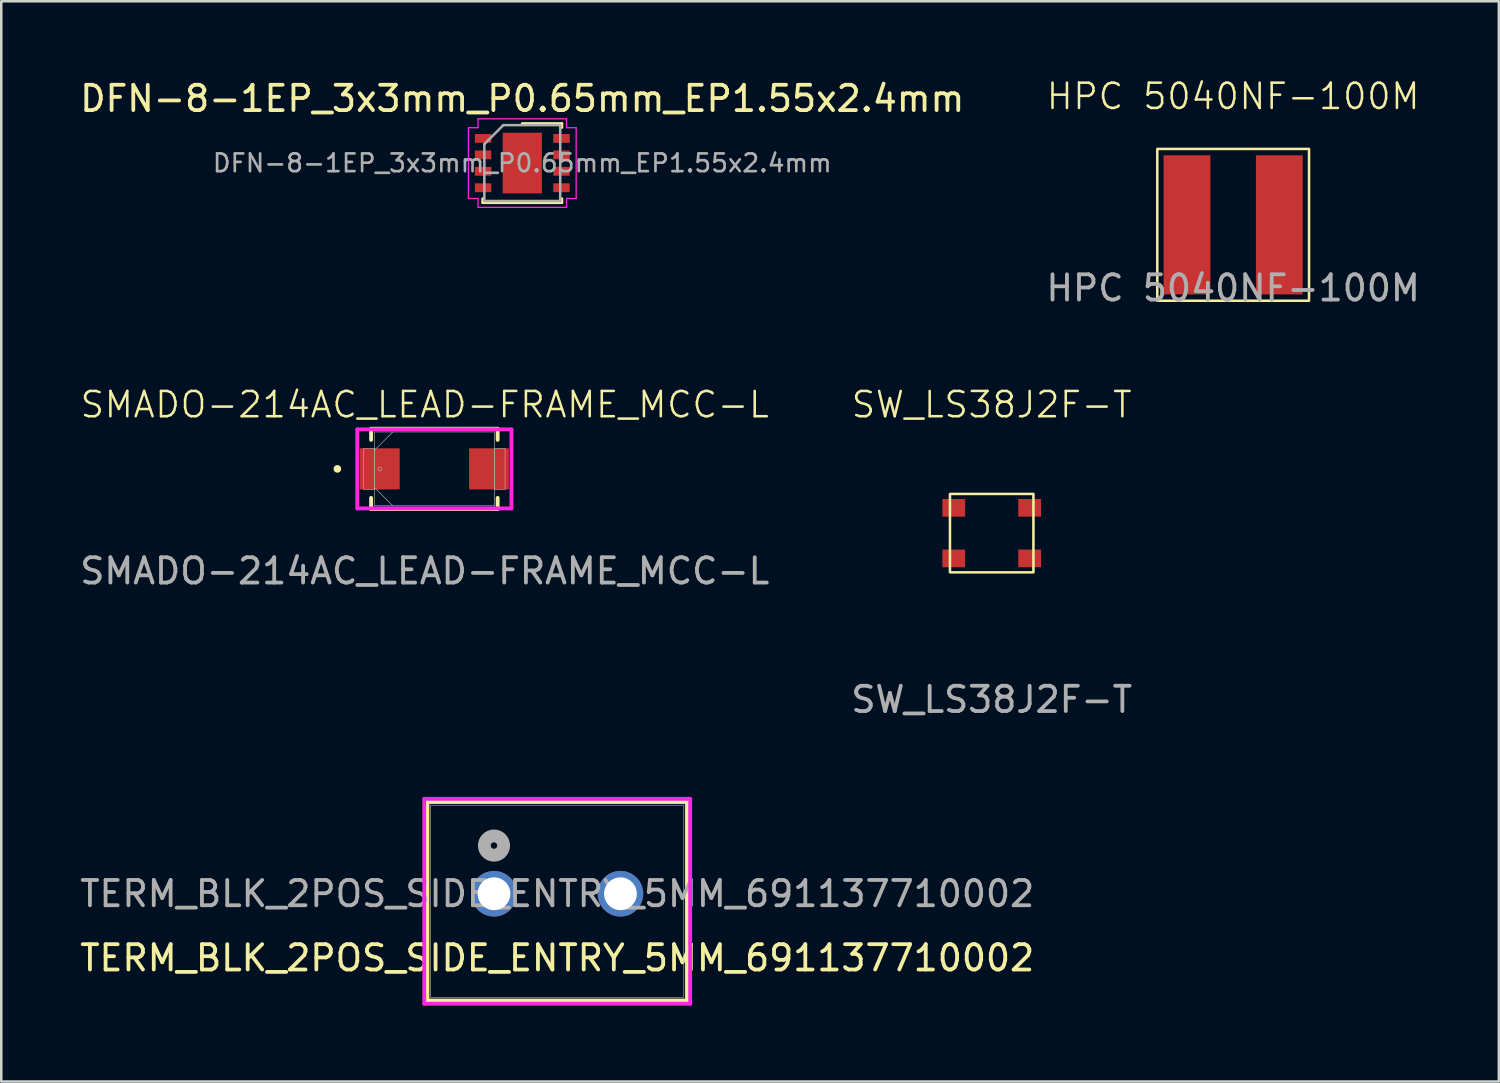
<source format=kicad_pcb>
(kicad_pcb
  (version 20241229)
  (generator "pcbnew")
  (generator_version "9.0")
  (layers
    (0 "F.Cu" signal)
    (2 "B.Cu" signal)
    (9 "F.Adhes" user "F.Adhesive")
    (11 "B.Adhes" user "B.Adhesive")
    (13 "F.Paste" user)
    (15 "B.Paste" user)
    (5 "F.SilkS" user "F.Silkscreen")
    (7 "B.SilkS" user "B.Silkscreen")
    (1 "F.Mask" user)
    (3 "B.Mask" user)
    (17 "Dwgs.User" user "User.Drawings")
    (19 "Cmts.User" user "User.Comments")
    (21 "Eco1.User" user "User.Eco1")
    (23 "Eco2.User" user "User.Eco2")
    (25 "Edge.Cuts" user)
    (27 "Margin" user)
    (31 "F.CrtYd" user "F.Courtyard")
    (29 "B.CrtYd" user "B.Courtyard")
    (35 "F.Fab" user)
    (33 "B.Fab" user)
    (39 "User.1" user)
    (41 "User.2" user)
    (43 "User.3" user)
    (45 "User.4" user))
  (footprint "SMADO-214AC_LEAD-FRAME_MCC-L"
    (layer "F.Cu")
    (at 13.744 15.489)
    (property "Reference" "SMADO-214AC_LEAD-FRAME_MCC-L" (at 0 -2.54 0) (unlocked yes) (layer "F.SilkS") (effects (font (size 1 1) (thickness 0.1))))
    (attr smd)
    (fp_line (start -2.121 -1.587) (end -2.121 -1.146) (stroke (width 0.152) (type solid)) (layer "F.SilkS"))
    (fp_line (start -2.121 1.146) (end -2.121 1.587) (stroke (width 0.152) (type solid)) (layer "F.SilkS"))
    (fp_line (start -2.121 1.587) (end 2.883 1.587) (stroke (width 0.152) (type solid)) (layer "F.SilkS"))
    (fp_line (start 2.883 -1.587) (end -2.121 -1.587) (stroke (width 0.152) (type solid)) (layer "F.SilkS"))
    (fp_line (start 2.883 -1.146) (end 2.883 -1.587) (stroke (width 0.152) (type solid)) (layer "F.SilkS"))
    (fp_line (start 2.883 1.587) (end 2.883 1.146) (stroke (width 0.152) (type solid)) (layer "F.SilkS"))
    (fp_circle (center -3.454 0) (end -3.378 0) (stroke (width 0.152) (type solid)) (fill no) (layer "F.SilkS"))
    (fp_line (start -2.667 -1.562) (end 3.429 -1.562) (stroke (width 0.152) (type solid)) (layer "F.CrtYd"))
    (fp_line (start -2.667 1.562) (end -2.667 -1.562) (stroke (width 0.152) (type solid)) (layer "F.CrtYd"))
    (fp_line (start 3.429 -1.562) (end 3.429 1.562) (stroke (width 0.152) (type solid)) (layer "F.CrtYd"))
    (fp_line (start 3.429 1.562) (end -2.667 1.562) (stroke (width 0.152) (type solid)) (layer "F.CrtYd"))
    (fp_line (start -2.413 -0.813) (end -2.413 0.813) (stroke (width 0.025) (type solid)) (layer "F.Fab"))
    (fp_line (start -2.413 0.813) (end -1.994 0.813) (stroke (width 0.025) (type solid)) (layer "F.Fab"))
    (fp_line (start -1.994 -1.46) (end -1.994 1.46) (stroke (width 0.025) (type solid)) (layer "F.Fab"))
    (fp_line (start -1.994 -0.813) (end -2.413 -0.813) (stroke (width 0.025) (type solid)) (layer "F.Fab"))
    (fp_line (start -1.994 -0.73) (end -1.264 -1.46) (stroke (width 0.025) (type solid)) (layer "F.Fab"))
    (fp_line (start -1.994 0.73) (end -1.264 1.46) (stroke (width 0.025) (type solid)) (layer "F.Fab"))
    (fp_line (start -1.994 0.813) (end -1.994 -0.813) (stroke (width 0.025) (type solid)) (layer "F.Fab"))
    (fp_line (start -1.994 1.46) (end 2.756 1.46) (stroke (width 0.025) (type solid)) (layer "F.Fab"))
    (fp_line (start 2.756 -1.46) (end -1.994 -1.46) (stroke (width 0.025) (type solid)) (layer "F.Fab"))
    (fp_line (start 2.756 -0.813) (end 2.756 0.813) (stroke (width 0.025) (type solid)) (layer "F.Fab"))
    (fp_line (start 2.756 0.813) (end 3.175 0.813) (stroke (width 0.025) (type solid)) (layer "F.Fab"))
    (fp_line (start 2.756 1.46) (end 2.756 -1.46) (stroke (width 0.025) (type solid)) (layer "F.Fab"))
    (fp_line (start 3.175 -0.813) (end 2.756 -0.813) (stroke (width 0.025) (type solid)) (layer "F.Fab"))
    (fp_line (start 3.175 0.813) (end 3.175 -0.813) (stroke (width 0.025) (type solid)) (layer "F.Fab"))
    (fp_circle (center -1.778 0) (end -1.702 0) (stroke (width 0.025) (type solid)) (fill no) (layer "F.Fab"))
    (fp_text user "${REFERENCE}" (at 0 4.04 0) (unlocked yes) (layer "F.Fab") (effects (font (size 1 1) (thickness 0.15))))
    (pad "1" smd rect (at -1.778 0) (size 1.575 1.626) (layers "F.Cu" "F.Mask" "F.Paste"))
    (pad "2" smd rect (at 2.54 0) (size 1.575 1.626) (layers "F.Cu" "F.Mask" "F.Paste"))
    (zone (net_name "") (layer "F.Cu") (hatch full 0.508) (connect_pads) (min_thickness 0.254) (filled_areas_thickness no) (keepout (tracks not_allowed) (vias not_allowed) (pads allowed) (copperpour not_allowed) (footprints allowed)) (placement (enabled no)) (fill) (polygon (pts (xy 12.804 14.08) (xy 15.446 14.08) (xy 15.446 16.899) (xy 12.804 16.899)))))
  (footprint "HPC 5040NF-100M"
    (layer "F.Cu")
    (at 45.708 5.84)
    (property "Reference" "HPC 5040NF-100M" (at 0 -5.08 0) (unlocked yes) (layer "F.SilkS") (effects (font (size 1 1) (thickness 0.1))))
    (attr smd)
    (fp_rect (start -3 -3) (end 3 3) (stroke (width 0.1) (type default)) (fill no) (layer "F.SilkS"))
    (fp_text user "${REFERENCE}" (at 0 2.5 0) (unlocked yes) (layer "F.Fab") (effects (font (size 1 1) (thickness 0.15))))
    (pad "1" smd trapezoid (at -1.825 0) (size 1.85 5.5) (layers "F.Cu" "F.Mask" "F.Paste"))
    (pad "2" smd trapezoid (at 1.825 0) (size 1.85 5.5) (layers "F.Cu" "F.Mask" "F.Paste")))
  (footprint "SW_LS38J2F-T"
    (layer "F.Cu")
    (at 36.161 18.029)
    (property "Reference" "SW_LS38J2F-T" (at 0 -5.08 0) (unlocked yes) (layer "F.SilkS") (effects (font (size 1 1) (thickness 0.1))))
    (attr smd)
    (fp_rect (start -1.65 -1.55) (end 1.65 1.55) (stroke (width 0.1) (type default)) (fill no) (layer "F.SilkS"))
    (fp_text user "${REFERENCE}" (at 0 6.58 0) (unlocked yes) (layer "F.Fab") (effects (font (size 1 1) (thickness 0.15))))
    (pad "1" smd rect (at -1.5 -1) (size 0.9 0.7) (layers "F.Cu" "F.Mask" "F.Paste"))
    (pad "1" smd rect (at 1.5 -1) (size 0.9 0.7) (layers "F.Cu" "F.Mask" "F.Paste"))
    (pad "2" smd rect (at -1.5 1) (size 0.9 0.7) (layers "F.Cu" "F.Mask" "F.Paste"))
    (pad "2" smd rect (at 1.5 1) (size 0.9 0.7) (layers "F.Cu" "F.Mask" "F.Paste")))
  (footprint "DFN-8-1EP_3x3mm_P0.65mm_EP1.55x2.4mm"
    (layer "F.Cu")
    (at 17.601 3.398)
    (property "Reference" "DFN-8-1EP_3x3mm_P0.65mm_EP1.55x2.4mm" (at 0 -2.55 0) (layer "F.SilkS") (effects (font (size 1 1) (thickness 0.15))))
    (attr smd)
    (fp_line (start -1.56 1.56) (end -1.56 1.41) (stroke (width 0.12) (type solid)) (layer "F.SilkS"))
    (fp_line (start -1.56 1.56) (end 1.56 1.56) (stroke (width 0.12) (type solid)) (layer "F.SilkS"))
    (fp_line (start 0 -1.56) (end 1.56 -1.56) (stroke (width 0.12) (type solid)) (layer "F.SilkS"))
    (fp_line (start 1.56 -1.56) (end 1.56 -1.41) (stroke (width 0.12) (type solid)) (layer "F.SilkS"))
    (fp_line (start 1.56 1.56) (end 1.56 1.41) (stroke (width 0.12) (type solid)) (layer "F.SilkS"))
    (fp_line (start -2.13 -1.4) (end -2.13 1.4) (stroke (width 0.05) (type solid)) (layer "F.CrtYd"))
    (fp_line (start -1.75 -1.75) (end -1.75 -1.4) (stroke (width 0.05) (type solid)) (layer "F.CrtYd"))
    (fp_line (start -1.75 -1.75) (end 1.75 -1.75) (stroke (width 0.05) (type solid)) (layer "F.CrtYd"))
    (fp_line (start -1.75 -1.4) (end -2.13 -1.4) (stroke (width 0.05) (type solid)) (layer "F.CrtYd"))
    (fp_line (start -1.75 1.4) (end -2.13 1.4) (stroke (width 0.05) (type solid)) (layer "F.CrtYd"))
    (fp_line (start -1.75 1.75) (end -1.75 1.4) (stroke (width 0.05) (type solid)) (layer "F.CrtYd"))
    (fp_line (start -1.75 1.75) (end 1.75 1.75) (stroke (width 0.05) (type solid)) (layer "F.CrtYd"))
    (fp_line (start 1.75 -1.75) (end 1.75 -1.4) (stroke (width 0.05) (type solid)) (layer "F.CrtYd"))
    (fp_line (start 1.75 -1.4) (end 2.13 -1.4) (stroke (width 0.05) (type solid)) (layer "F.CrtYd"))
    (fp_line (start 1.75 1.4) (end 2.13 1.4) (stroke (width 0.05) (type solid)) (layer "F.CrtYd"))
    (fp_line (start 1.75 1.75) (end 1.75 1.4) (stroke (width 0.05) (type solid)) (layer "F.CrtYd"))
    (fp_line (start 2.13 -1.4) (end 2.13 1.4) (stroke (width 0.05) (type solid)) (layer "F.CrtYd"))
    (fp_line (start -1.5 -0.75) (end -0.75 -1.5) (stroke (width 0.1) (type solid)) (layer "F.Fab"))
    (fp_line (start -1.5 1.5) (end -1.5 -0.75) (stroke (width 0.1) (type solid)) (layer "F.Fab"))
    (fp_line (start -0.75 -1.5) (end 1.5 -1.5) (stroke (width 0.1) (type solid)) (layer "F.Fab"))
    (fp_line (start 1.5 -1.5) (end 1.5 1.5) (stroke (width 0.1) (type solid)) (layer "F.Fab"))
    (fp_line (start 1.5 1.5) (end -1.5 1.5) (stroke (width 0.1) (type solid)) (layer "F.Fab"))
    (fp_text user "${REFERENCE}" (at 0 0 0) (layer "F.Fab") (effects (font (size 0.7 0.7) (thickness 0.105))))
    (pad "" smd rect (at -0.388 -0.6) (size 0.6 1) (layers "F.Paste"))
    (pad "" smd rect (at -0.388 0.6) (size 0.6 1) (layers "F.Paste"))
    (pad "" smd rect (at 0.388 -0.6) (size 0.6 1) (layers "F.Paste"))
    (pad "" smd rect (at 0.388 0.6) (size 0.6 1) (layers "F.Paste"))
    (pad "1" smd rect (at 0 0) (size 1.55 2.4) (layers "F.Cu" "F.Mask"))
    (pad "1" smd rect (at 1.55 -0.975) (size 0.65 0.35) (layers "F.Cu" "F.Mask" "F.Paste"))
    (pad "1" smd rect (at 1.55 -0.325) (size 0.65 0.35) (layers "F.Cu" "F.Mask" "F.Paste"))
    (pad "1" smd rect (at 1.55 0.325) (size 0.65 0.35) (layers "F.Cu" "F.Mask" "F.Paste"))
    (pad "1" smd rect (at 1.55 0.975) (size 0.65 0.35) (layers "F.Cu" "F.Mask" "F.Paste"))
    (pad "2" smd rect (at -1.55 0.975) (size 0.65 0.35) (layers "F.Cu" "F.Mask" "F.Paste"))
    (pad "3" smd rect (at -1.55 -0.975) (size 0.65 0.35) (layers "F.Cu" "F.Mask" "F.Paste"))
    (pad "3" smd rect (at -1.55 -0.325) (size 0.65 0.35) (layers "F.Cu" "F.Mask" "F.Paste"))
    (pad "3" smd rect (at -1.55 0.325) (size 0.65 0.35) (layers "F.Cu" "F.Mask" "F.Paste")))
  (footprint "TERM_BLK_2POS_SIDE_ENTRY_5MM_691137710002"
    (layer "F.Cu")
    (at 16.482 32.288)
    (property "Reference" "TERM_BLK_2POS_SIDE_ENTRY_5MM_691137710002" (at 2.5 2.54 0) (unlocked yes) (layer "F.SilkS") (effects (font (size 1 1) (thickness 0.15))))
    (attr through_hole)
    (fp_line (start -2.631 -3.627) (end -2.631 4.222) (stroke (width 0.152) (type solid)) (layer "F.SilkS"))
    (fp_line (start -2.631 4.222) (end 7.631 4.222) (stroke (width 0.152) (type solid)) (layer "F.SilkS"))
    (fp_line (start 7.631 -3.627) (end -2.631 -3.627) (stroke (width 0.152) (type solid)) (layer "F.SilkS"))
    (fp_line (start 7.631 4.222) (end 7.631 -3.627) (stroke (width 0.152) (type solid)) (layer "F.SilkS"))
    (fp_line (start -2.758 -3.754) (end -2.758 4.349) (stroke (width 0.152) (type solid)) (layer "F.CrtYd"))
    (fp_line (start -2.758 4.349) (end 7.758 4.349) (stroke (width 0.152) (type solid)) (layer "F.CrtYd"))
    (fp_line (start 7.758 -3.754) (end -2.758 -3.754) (stroke (width 0.152) (type solid)) (layer "F.CrtYd"))
    (fp_line (start 7.758 4.349) (end 7.758 -3.754) (stroke (width 0.152) (type solid)) (layer "F.CrtYd"))
    (fp_line (start -2.504 -3.5) (end -2.504 4.095) (stroke (width 0.025) (type solid)) (layer "F.Fab"))
    (fp_line (start -2.504 4.095) (end 7.504 4.095) (stroke (width 0.025) (type solid)) (layer "F.Fab"))
    (fp_line (start 7.504 -3.5) (end -2.504 -3.5) (stroke (width 0.025) (type solid)) (layer "F.Fab"))
    (fp_line (start 7.504 4.095) (end 7.504 -3.5) (stroke (width 0.025) (type solid)) (layer "F.Fab"))
    (fp_circle (center 0 -1.905) (end 0.381 -1.905) (stroke (width 0.508) (type solid)) (fill no) (layer "F.Fab"))
    (fp_text user "${REFERENCE}" (at 2.5 0 0) (unlocked yes) (layer "F.Fab") (effects (font (size 1 1) (thickness 0.15))))
    (pad "1" thru_hole circle (at 0 0) (size 1.803 1.803) (drill 1.295) (layers "*.Cu" "*.Mask"))
    (pad "2" thru_hole circle (at 5 0) (size 1.803 1.803) (drill 1.295) (layers "*.Cu" "*.Mask")))
  (gr_rect
    (start -3 -3)
    (end 56.214 39.712)
    (stroke (width 0.1) (type default))
    (fill no)
    (layer "Edge.Cuts")))
</source>
